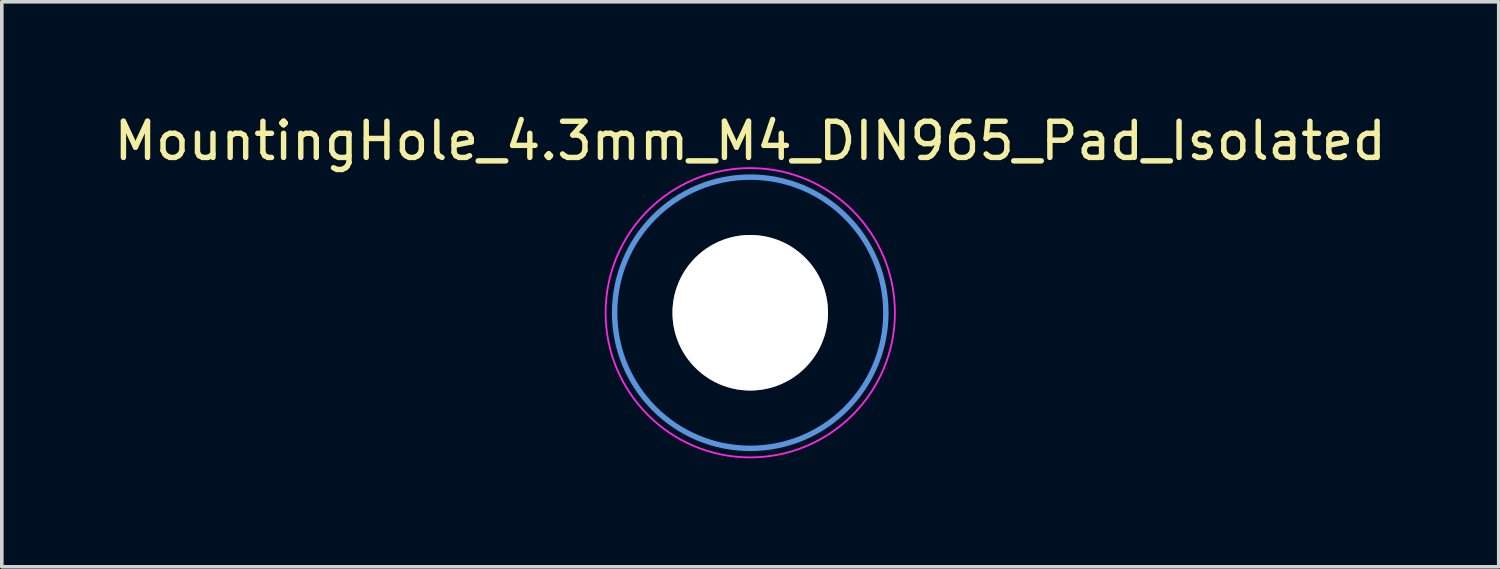
<source format=kicad_pcb>
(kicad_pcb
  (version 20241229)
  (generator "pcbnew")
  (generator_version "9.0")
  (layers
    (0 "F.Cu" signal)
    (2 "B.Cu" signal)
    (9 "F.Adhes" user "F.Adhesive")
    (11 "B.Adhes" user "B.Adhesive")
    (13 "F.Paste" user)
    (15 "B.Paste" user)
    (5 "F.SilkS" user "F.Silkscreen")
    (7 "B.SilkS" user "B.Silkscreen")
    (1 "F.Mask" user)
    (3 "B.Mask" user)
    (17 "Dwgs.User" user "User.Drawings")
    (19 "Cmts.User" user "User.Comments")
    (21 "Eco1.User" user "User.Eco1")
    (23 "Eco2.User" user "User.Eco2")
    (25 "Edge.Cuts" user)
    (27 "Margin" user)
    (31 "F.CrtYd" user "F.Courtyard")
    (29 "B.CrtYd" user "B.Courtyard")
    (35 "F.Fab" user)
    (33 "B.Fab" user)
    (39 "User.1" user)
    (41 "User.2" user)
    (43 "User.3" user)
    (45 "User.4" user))
  (footprint "MountingHole_4.3mm_M4_DIN965_Pad_Isolated"
    (layer "F.Cu")
    (at 17.696 5.598)
    (property "Reference" "MountingHole_4.3mm_M4_DIN965_Pad_Isolated" (at 0 -4.75 0) (layer "F.SilkS") (effects (font (size 1 1) (thickness 0.15))))
    (attr exclude_from_pos_files exclude_from_bom)
    (fp_circle (center 0 0) (end 3.75 0) (stroke (width 0.15) (type solid)) (fill no) (layer "Cmts.User"))
    (fp_circle (center 0 0) (end 4 0) (stroke (width 0.05) (type solid)) (fill no) (layer "F.CrtYd"))
    (pad "1" thru_hole circle (at 0 0) (size 4.3 4.3) (drill 4.3) (layers "*.Cu" "*.Mask")))
  (gr_rect
    (start -3 -3)
    (end 38.393 12.623)
    (stroke (width 0.1) (type default))
    (fill no)
    (layer "Edge.Cuts")))
</source>
